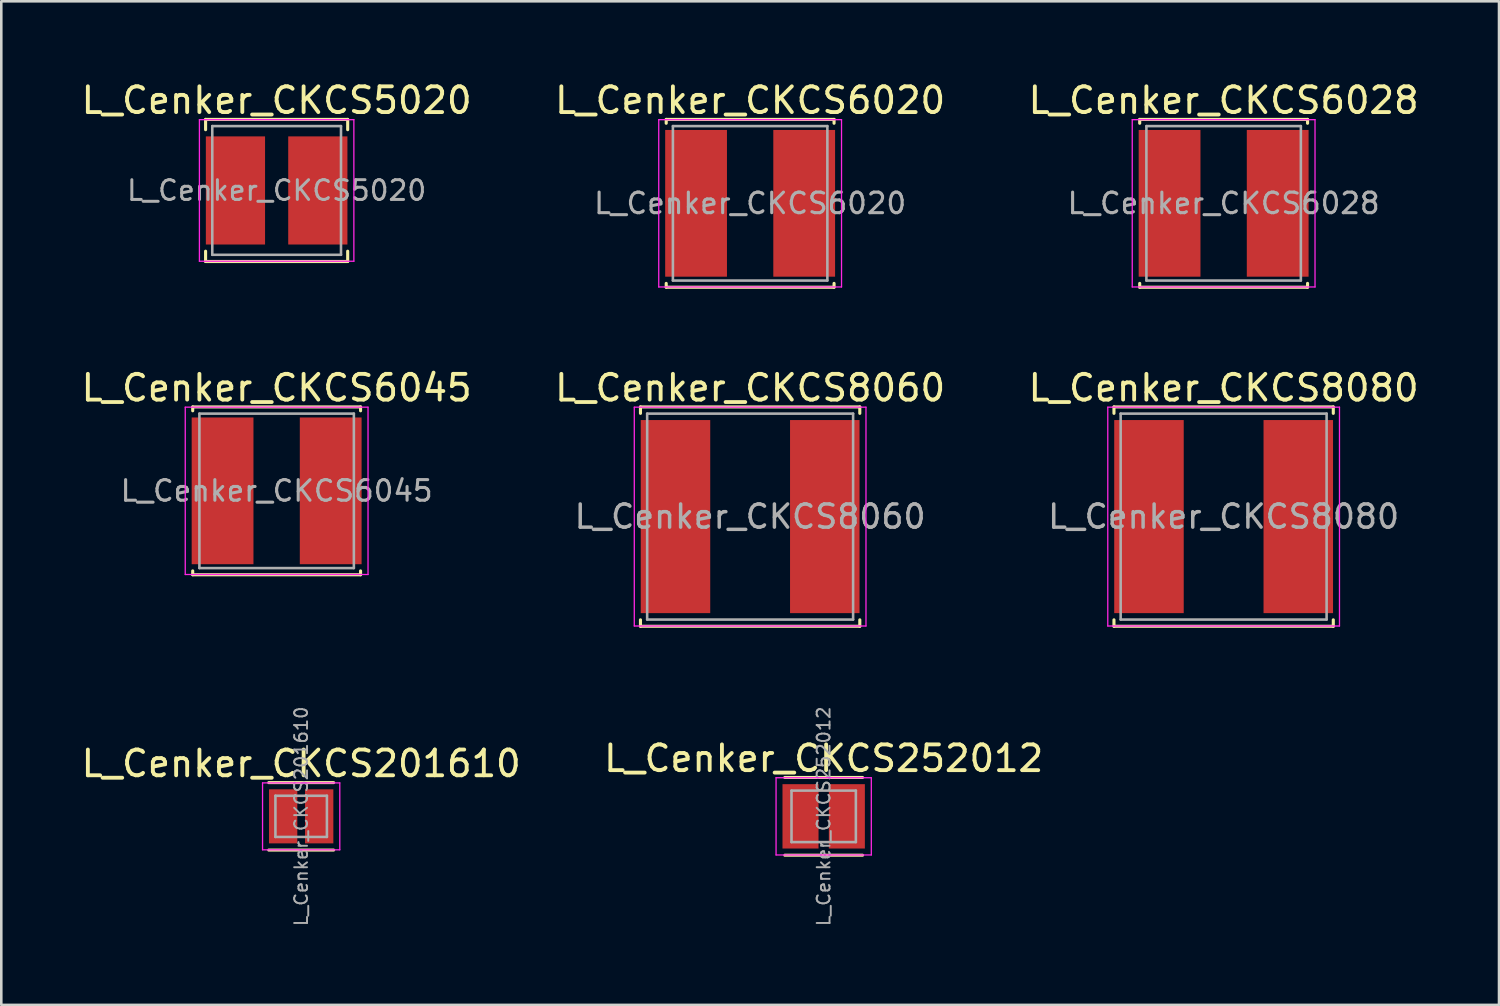
<source format=kicad_pcb>
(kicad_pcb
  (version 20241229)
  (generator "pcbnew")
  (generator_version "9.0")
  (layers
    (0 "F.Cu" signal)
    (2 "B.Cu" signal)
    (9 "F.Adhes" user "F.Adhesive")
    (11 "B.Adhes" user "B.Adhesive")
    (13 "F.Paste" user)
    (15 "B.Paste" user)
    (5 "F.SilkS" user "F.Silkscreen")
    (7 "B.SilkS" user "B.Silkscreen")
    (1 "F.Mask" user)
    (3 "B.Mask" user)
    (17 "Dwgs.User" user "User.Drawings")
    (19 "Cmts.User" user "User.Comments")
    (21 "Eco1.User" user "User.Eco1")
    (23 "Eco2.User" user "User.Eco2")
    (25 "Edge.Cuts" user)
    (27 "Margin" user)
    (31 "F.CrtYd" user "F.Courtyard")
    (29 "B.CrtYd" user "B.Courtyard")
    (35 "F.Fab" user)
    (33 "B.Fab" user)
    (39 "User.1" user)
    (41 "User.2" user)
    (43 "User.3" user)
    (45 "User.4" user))
  (footprint "L_Cenker_CKCS6028"
    (layer "F.Cu")
    (at 44.482 4.848)
    (property "Reference" "L_Cenker_CKCS6028" (at 0 -4 0) (layer "F.SilkS") (effects (font (size 1 1) (thickness 0.15))))
    (attr smd)
    (fp_line (start -3.26 -3.26) (end -3.26 -3.11) (stroke (width 0.12) (type solid)) (layer "F.SilkS"))
    (fp_line (start -3.26 -3.26) (end 3.26 -3.26) (stroke (width 0.12) (type solid)) (layer "F.SilkS"))
    (fp_line (start -3.26 3.26) (end -3.26 3.11) (stroke (width 0.12) (type solid)) (layer "F.SilkS"))
    (fp_line (start -3.26 3.26) (end 3.26 3.26) (stroke (width 0.12) (type solid)) (layer "F.SilkS"))
    (fp_line (start 3.26 -3.26) (end 3.26 -3.11) (stroke (width 0.12) (type solid)) (layer "F.SilkS"))
    (fp_line (start 3.26 3.26) (end 3.26 3.11) (stroke (width 0.12) (type solid)) (layer "F.SilkS"))
    (fp_line (start -3.55 -3.25) (end -3.55 3.25) (stroke (width 0.05) (type solid)) (layer "F.CrtYd"))
    (fp_line (start -3.55 3.25) (end 3.55 3.25) (stroke (width 0.05) (type solid)) (layer "F.CrtYd"))
    (fp_line (start 3.55 -3.25) (end -3.55 -3.25) (stroke (width 0.05) (type solid)) (layer "F.CrtYd"))
    (fp_line (start 3.55 3.25) (end 3.55 -3.25) (stroke (width 0.05) (type solid)) (layer "F.CrtYd"))
    (fp_line (start -3 -3) (end -3 3) (stroke (width 0.1) (type solid)) (layer "F.Fab"))
    (fp_line (start -3 3) (end 3 3) (stroke (width 0.1) (type solid)) (layer "F.Fab"))
    (fp_line (start 3 -3) (end -3 -3) (stroke (width 0.1) (type solid)) (layer "F.Fab"))
    (fp_line (start 3 3) (end 3 -3) (stroke (width 0.1) (type solid)) (layer "F.Fab"))
    (fp_text user "${REFERENCE}" (at 0 0 0) (layer "F.Fab") (effects (font (size 0.8 0.8) (thickness 0.12))))
    (pad "1" smd rect (at -2.1 0) (size 2.4 5.7) (layers "F.Cu" "F.Mask" "F.Paste"))
    (pad "2" smd rect (at 2.1 0) (size 2.4 5.7) (layers "F.Cu" "F.Mask" "F.Paste")))
  (footprint "L_Cenker_CKCS8080"
    (layer "F.Cu")
    (at 44.482 17.017)
    (property "Reference" "L_Cenker_CKCS8080" (at 0 -5 0) (layer "F.SilkS") (effects (font (size 1 1) (thickness 0.15))))
    (attr smd)
    (fp_line (start -4.26 -4.26) (end -4.26 -4.01) (stroke (width 0.12) (type solid)) (layer "F.SilkS"))
    (fp_line (start -4.26 -4.26) (end 4.26 -4.26) (stroke (width 0.12) (type solid)) (layer "F.SilkS"))
    (fp_line (start -4.26 4.26) (end -4.26 4.01) (stroke (width 0.12) (type solid)) (layer "F.SilkS"))
    (fp_line (start -4.26 4.26) (end 4.26 4.26) (stroke (width 0.12) (type solid)) (layer "F.SilkS"))
    (fp_line (start 4.26 -4.26) (end 4.26 -4.01) (stroke (width 0.12) (type solid)) (layer "F.SilkS"))
    (fp_line (start 4.26 4.26) (end 4.26 4.01) (stroke (width 0.12) (type solid)) (layer "F.SilkS"))
    (fp_line (start -4.5 -4.25) (end -4.5 4.25) (stroke (width 0.05) (type solid)) (layer "F.CrtYd"))
    (fp_line (start -4.5 4.25) (end 4.5 4.25) (stroke (width 0.05) (type solid)) (layer "F.CrtYd"))
    (fp_line (start 4.5 -4.25) (end -4.5 -4.25) (stroke (width 0.05) (type solid)) (layer "F.CrtYd"))
    (fp_line (start 4.5 4.25) (end 4.5 -4.25) (stroke (width 0.05) (type solid)) (layer "F.CrtYd"))
    (fp_line (start -4 -4) (end -4 4) (stroke (width 0.1) (type solid)) (layer "F.Fab"))
    (fp_line (start -4 4) (end 4 4) (stroke (width 0.1) (type solid)) (layer "F.Fab"))
    (fp_line (start 4 -4) (end -4 -4) (stroke (width 0.1) (type solid)) (layer "F.Fab"))
    (fp_line (start 4 4) (end 4 -4) (stroke (width 0.1) (type solid)) (layer "F.Fab"))
    (fp_text user "${REFERENCE}" (at 0 0 0) (layer "F.Fab") (effects (font (size 0.9 0.9) (thickness 0.135))))
    (pad "1" smd rect (at -2.9 0) (size 2.7 7.5) (layers "F.Cu" "F.Mask" "F.Paste"))
    (pad "2" smd rect (at 2.9 0) (size 2.7 7.5) (layers "F.Cu" "F.Mask" "F.Paste")))
  (footprint "L_Cenker_CKCS252012"
    (layer "F.Cu")
    (at 28.946 28.661)
    (property "Reference" "L_Cenker_CKCS252012" (at 0 -2.25 0) (layer "F.SilkS") (effects (font (size 1 1) (thickness 0.15))))
    (attr smd)
    (fp_line (start -1.51 -1.51) (end 1.51 -1.51) (stroke (width 0.12) (type solid)) (layer "F.SilkS"))
    (fp_line (start -1.51 1.51) (end 1.51 1.51) (stroke (width 0.12) (type solid)) (layer "F.SilkS"))
    (fp_line (start -1.85 -1.5) (end -1.85 1.5) (stroke (width 0.05) (type solid)) (layer "F.CrtYd"))
    (fp_line (start -1.85 1.5) (end 1.85 1.5) (stroke (width 0.05) (type solid)) (layer "F.CrtYd"))
    (fp_line (start 1.85 -1.5) (end -1.85 -1.5) (stroke (width 0.05) (type solid)) (layer "F.CrtYd"))
    (fp_line (start 1.85 1.5) (end 1.85 -1.5) (stroke (width 0.05) (type solid)) (layer "F.CrtYd"))
    (fp_line (start -1.25 -1) (end -1.25 1) (stroke (width 0.1) (type solid)) (layer "F.Fab"))
    (fp_line (start -1.25 1) (end 1.25 1) (stroke (width 0.1) (type solid)) (layer "F.Fab"))
    (fp_line (start 1.25 -1) (end -1.25 -1) (stroke (width 0.1) (type solid)) (layer "F.Fab"))
    (fp_line (start 1.25 1) (end 1.25 -1) (stroke (width 0.1) (type solid)) (layer "F.Fab"))
    (fp_text user "${REFERENCE}" (at 0 0 90) (layer "F.Fab") (effects (font (size 0.5 0.5) (thickness 0.075))))
    (pad "1" smd rect (at -0.9 0) (size 1.4 2.5) (layers "F.Cu" "F.Mask" "F.Paste"))
    (pad "2" smd rect (at 0.9 0) (size 1.4 2.5) (layers "F.Cu" "F.Mask" "F.Paste")))
  (footprint "L_Cenker_CKCS201610"
    (layer "F.Cu")
    (at 8.649 28.661)
    (property "Reference" "L_Cenker_CKCS201610" (at 0 -2.05 0) (layer "F.SilkS") (effects (font (size 1 1) (thickness 0.15))))
    (attr smd)
    (fp_line (start -1.26 -1.31) (end 1.26 -1.31) (stroke (width 0.12) (type solid)) (layer "F.SilkS"))
    (fp_line (start -1.26 1.31) (end 1.26 1.31) (stroke (width 0.12) (type solid)) (layer "F.SilkS"))
    (fp_line (start -1.5 -1.3) (end -1.5 1.3) (stroke (width 0.05) (type solid)) (layer "F.CrtYd"))
    (fp_line (start -1.5 1.3) (end 1.5 1.3) (stroke (width 0.05) (type solid)) (layer "F.CrtYd"))
    (fp_line (start 1.5 -1.3) (end -1.5 -1.3) (stroke (width 0.05) (type solid)) (layer "F.CrtYd"))
    (fp_line (start 1.5 1.3) (end 1.5 -1.3) (stroke (width 0.05) (type solid)) (layer "F.CrtYd"))
    (fp_line (start -1 -0.8) (end -1 0.8) (stroke (width 0.1) (type solid)) (layer "F.Fab"))
    (fp_line (start -1 0.8) (end 1 0.8) (stroke (width 0.1) (type solid)) (layer "F.Fab"))
    (fp_line (start 1 -0.8) (end -1 -0.8) (stroke (width 0.1) (type solid)) (layer "F.Fab"))
    (fp_line (start 1 0.8) (end 1 -0.8) (stroke (width 0.1) (type solid)) (layer "F.Fab"))
    (fp_text user "${REFERENCE}" (at 0 0 90) (layer "F.Fab") (effects (font (size 0.5 0.5) (thickness 0.075))))
    (pad "1" smd rect (at -0.7 0) (size 1.1 2.1) (layers "F.Cu" "F.Mask" "F.Paste"))
    (pad "2" smd rect (at 0.7 0) (size 1.1 2.1) (layers "F.Cu" "F.Mask" "F.Paste")))
  (footprint "L_Cenker_CKCS5020"
    (layer "F.Cu")
    (at 7.696 4.348)
    (property "Reference" "L_Cenker_CKCS5020" (at 0 -3.5 0) (layer "F.SilkS") (effects (font (size 1 1) (thickness 0.15))))
    (attr smd)
    (fp_line (start -2.76 -2.76) (end -2.76 -2.36) (stroke (width 0.12) (type solid)) (layer "F.SilkS"))
    (fp_line (start -2.76 -2.76) (end 2.76 -2.76) (stroke (width 0.12) (type solid)) (layer "F.SilkS"))
    (fp_line (start -2.76 2.76) (end -2.76 2.36) (stroke (width 0.12) (type solid)) (layer "F.SilkS"))
    (fp_line (start -2.76 2.76) (end 2.76 2.76) (stroke (width 0.12) (type solid)) (layer "F.SilkS"))
    (fp_line (start 2.76 -2.76) (end 2.76 -2.36) (stroke (width 0.12) (type solid)) (layer "F.SilkS"))
    (fp_line (start 2.76 2.76) (end 2.76 2.36) (stroke (width 0.12) (type solid)) (layer "F.SilkS"))
    (fp_line (start -3 -2.75) (end -3 2.75) (stroke (width 0.05) (type solid)) (layer "F.CrtYd"))
    (fp_line (start -3 2.75) (end 3 2.75) (stroke (width 0.05) (type solid)) (layer "F.CrtYd"))
    (fp_line (start 3 -2.75) (end -3 -2.75) (stroke (width 0.05) (type solid)) (layer "F.CrtYd"))
    (fp_line (start 3 2.75) (end 3 -2.75) (stroke (width 0.05) (type solid)) (layer "F.CrtYd"))
    (fp_line (start -2.5 -2.5) (end -2.5 2.5) (stroke (width 0.1) (type solid)) (layer "F.Fab"))
    (fp_line (start -2.5 2.5) (end 2.5 2.5) (stroke (width 0.1) (type solid)) (layer "F.Fab"))
    (fp_line (start 2.5 -2.5) (end -2.5 -2.5) (stroke (width 0.1) (type solid)) (layer "F.Fab"))
    (fp_line (start 2.5 2.5) (end 2.5 -2.5) (stroke (width 0.1) (type solid)) (layer "F.Fab"))
    (fp_text user "${REFERENCE}" (at 0 0 0) (layer "F.Fab") (effects (font (size 0.767 0.767) (thickness 0.115))))
    (pad "1" smd rect (at -1.6 0) (size 2.3 4.2) (layers "F.Cu" "F.Mask" "F.Paste"))
    (pad "2" smd rect (at 1.6 0) (size 2.3 4.2) (layers "F.Cu" "F.Mask" "F.Paste")))
  (footprint "L_Cenker_CKCS6045"
    (layer "F.Cu")
    (at 7.696 16.017)
    (property "Reference" "L_Cenker_CKCS6045" (at 0 -4 0) (layer "F.SilkS") (effects (font (size 1 1) (thickness 0.15))))
    (attr smd)
    (fp_line (start -3.26 -3.26) (end -3.26 -3.11) (stroke (width 0.12) (type solid)) (layer "F.SilkS"))
    (fp_line (start -3.26 -3.26) (end 3.26 -3.26) (stroke (width 0.12) (type solid)) (layer "F.SilkS"))
    (fp_line (start -3.26 3.26) (end -3.26 3.11) (stroke (width 0.12) (type solid)) (layer "F.SilkS"))
    (fp_line (start -3.26 3.26) (end 3.26 3.26) (stroke (width 0.12) (type solid)) (layer "F.SilkS"))
    (fp_line (start 3.26 -3.26) (end 3.26 -3.11) (stroke (width 0.12) (type solid)) (layer "F.SilkS"))
    (fp_line (start 3.26 3.26) (end 3.26 3.11) (stroke (width 0.12) (type solid)) (layer "F.SilkS"))
    (fp_line (start -3.55 -3.25) (end -3.55 3.25) (stroke (width 0.05) (type solid)) (layer "F.CrtYd"))
    (fp_line (start -3.55 3.25) (end 3.55 3.25) (stroke (width 0.05) (type solid)) (layer "F.CrtYd"))
    (fp_line (start 3.55 -3.25) (end -3.55 -3.25) (stroke (width 0.05) (type solid)) (layer "F.CrtYd"))
    (fp_line (start 3.55 3.25) (end 3.55 -3.25) (stroke (width 0.05) (type solid)) (layer "F.CrtYd"))
    (fp_line (start -3 -3) (end -3 3) (stroke (width 0.1) (type solid)) (layer "F.Fab"))
    (fp_line (start -3 3) (end 3 3) (stroke (width 0.1) (type solid)) (layer "F.Fab"))
    (fp_line (start 3 -3) (end -3 -3) (stroke (width 0.1) (type solid)) (layer "F.Fab"))
    (fp_line (start 3 3) (end 3 -3) (stroke (width 0.1) (type solid)) (layer "F.Fab"))
    (fp_text user "${REFERENCE}" (at 0 0 0) (layer "F.Fab") (effects (font (size 0.8 0.8) (thickness 0.12))))
    (pad "1" smd rect (at -2.1 0) (size 2.4 5.7) (layers "F.Cu" "F.Mask" "F.Paste"))
    (pad "2" smd rect (at 2.1 0) (size 2.4 5.7) (layers "F.Cu" "F.Mask" "F.Paste")))
  (footprint "L_Cenker_CKCS6020"
    (layer "F.Cu")
    (at 26.089 4.848)
    (property "Reference" "L_Cenker_CKCS6020" (at 0 -4 0) (layer "F.SilkS") (effects (font (size 1 1) (thickness 0.15))))
    (attr smd)
    (fp_line (start -3.26 -3.26) (end -3.26 -3.11) (stroke (width 0.12) (type solid)) (layer "F.SilkS"))
    (fp_line (start -3.26 -3.26) (end 3.26 -3.26) (stroke (width 0.12) (type solid)) (layer "F.SilkS"))
    (fp_line (start -3.26 3.26) (end -3.26 3.11) (stroke (width 0.12) (type solid)) (layer "F.SilkS"))
    (fp_line (start -3.26 3.26) (end 3.26 3.26) (stroke (width 0.12) (type solid)) (layer "F.SilkS"))
    (fp_line (start 3.26 -3.26) (end 3.26 -3.11) (stroke (width 0.12) (type solid)) (layer "F.SilkS"))
    (fp_line (start 3.26 3.26) (end 3.26 3.11) (stroke (width 0.12) (type solid)) (layer "F.SilkS"))
    (fp_line (start -3.55 -3.25) (end -3.55 3.25) (stroke (width 0.05) (type solid)) (layer "F.CrtYd"))
    (fp_line (start -3.55 3.25) (end 3.55 3.25) (stroke (width 0.05) (type solid)) (layer "F.CrtYd"))
    (fp_line (start 3.55 -3.25) (end -3.55 -3.25) (stroke (width 0.05) (type solid)) (layer "F.CrtYd"))
    (fp_line (start 3.55 3.25) (end 3.55 -3.25) (stroke (width 0.05) (type solid)) (layer "F.CrtYd"))
    (fp_line (start -3 -3) (end -3 3) (stroke (width 0.1) (type solid)) (layer "F.Fab"))
    (fp_line (start -3 3) (end 3 3) (stroke (width 0.1) (type solid)) (layer "F.Fab"))
    (fp_line (start 3 -3) (end -3 -3) (stroke (width 0.1) (type solid)) (layer "F.Fab"))
    (fp_line (start 3 3) (end 3 -3) (stroke (width 0.1) (type solid)) (layer "F.Fab"))
    (fp_text user "${REFERENCE}" (at 0 0 0) (layer "F.Fab") (effects (font (size 0.8 0.8) (thickness 0.12))))
    (pad "1" smd rect (at -2.1 0) (size 2.4 5.7) (layers "F.Cu" "F.Mask" "F.Paste"))
    (pad "2" smd rect (at 2.1 0) (size 2.4 5.7) (layers "F.Cu" "F.Mask" "F.Paste")))
  (footprint "L_Cenker_CKCS8060"
    (layer "F.Cu")
    (at 26.089 17.017)
    (property "Reference" "L_Cenker_CKCS8060" (at 0 -5 0) (layer "F.SilkS") (effects (font (size 1 1) (thickness 0.15))))
    (attr smd)
    (fp_line (start -4.26 -4.26) (end -4.26 -4.01) (stroke (width 0.12) (type solid)) (layer "F.SilkS"))
    (fp_line (start -4.26 -4.26) (end 4.26 -4.26) (stroke (width 0.12) (type solid)) (layer "F.SilkS"))
    (fp_line (start -4.26 4.26) (end -4.26 4.01) (stroke (width 0.12) (type solid)) (layer "F.SilkS"))
    (fp_line (start -4.26 4.26) (end 4.26 4.26) (stroke (width 0.12) (type solid)) (layer "F.SilkS"))
    (fp_line (start 4.26 -4.26) (end 4.26 -4.01) (stroke (width 0.12) (type solid)) (layer "F.SilkS"))
    (fp_line (start 4.26 4.26) (end 4.26 4.01) (stroke (width 0.12) (type solid)) (layer "F.SilkS"))
    (fp_line (start -4.5 -4.25) (end -4.5 4.25) (stroke (width 0.05) (type solid)) (layer "F.CrtYd"))
    (fp_line (start -4.5 4.25) (end 4.5 4.25) (stroke (width 0.05) (type solid)) (layer "F.CrtYd"))
    (fp_line (start 4.5 -4.25) (end -4.5 -4.25) (stroke (width 0.05) (type solid)) (layer "F.CrtYd"))
    (fp_line (start 4.5 4.25) (end 4.5 -4.25) (stroke (width 0.05) (type solid)) (layer "F.CrtYd"))
    (fp_line (start -4 -4) (end -4 4) (stroke (width 0.1) (type solid)) (layer "F.Fab"))
    (fp_line (start -4 4) (end 4 4) (stroke (width 0.1) (type solid)) (layer "F.Fab"))
    (fp_line (start 4 -4) (end -4 -4) (stroke (width 0.1) (type solid)) (layer "F.Fab"))
    (fp_line (start 4 4) (end 4 -4) (stroke (width 0.1) (type solid)) (layer "F.Fab"))
    (fp_text user "${REFERENCE}" (at 0 0 0) (layer "F.Fab") (effects (font (size 0.9 0.9) (thickness 0.135))))
    (pad "1" smd rect (at -2.9 0) (size 2.7 7.5) (layers "F.Cu" "F.Mask" "F.Paste"))
    (pad "2" smd rect (at 2.9 0) (size 2.7 7.5) (layers "F.Cu" "F.Mask" "F.Paste")))
  (gr_rect
    (start -3 -3)
    (end 55.179 35.985)
    (stroke (width 0.1) (type default))
    (fill no)
    (layer "Edge.Cuts")))
</source>
